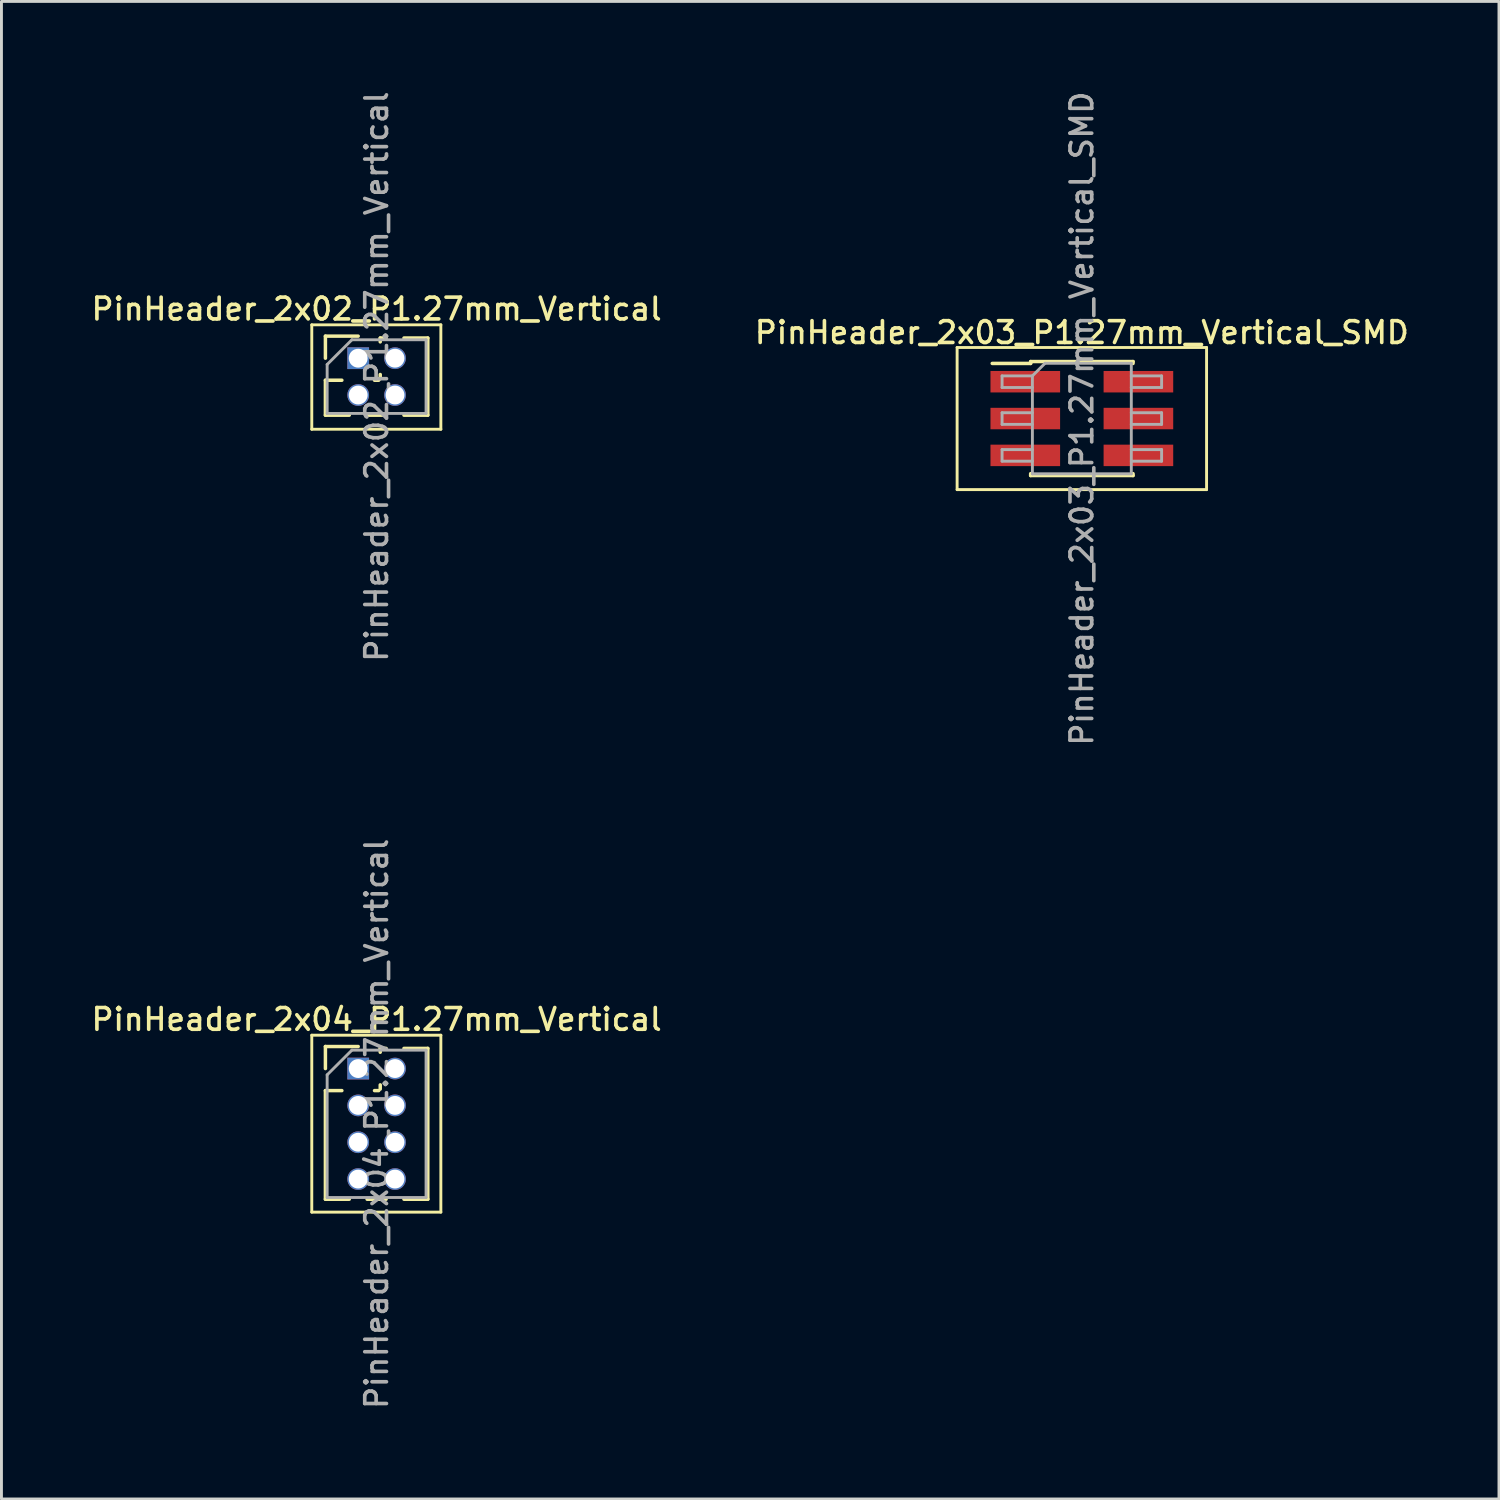
<source format=kicad_pcb>
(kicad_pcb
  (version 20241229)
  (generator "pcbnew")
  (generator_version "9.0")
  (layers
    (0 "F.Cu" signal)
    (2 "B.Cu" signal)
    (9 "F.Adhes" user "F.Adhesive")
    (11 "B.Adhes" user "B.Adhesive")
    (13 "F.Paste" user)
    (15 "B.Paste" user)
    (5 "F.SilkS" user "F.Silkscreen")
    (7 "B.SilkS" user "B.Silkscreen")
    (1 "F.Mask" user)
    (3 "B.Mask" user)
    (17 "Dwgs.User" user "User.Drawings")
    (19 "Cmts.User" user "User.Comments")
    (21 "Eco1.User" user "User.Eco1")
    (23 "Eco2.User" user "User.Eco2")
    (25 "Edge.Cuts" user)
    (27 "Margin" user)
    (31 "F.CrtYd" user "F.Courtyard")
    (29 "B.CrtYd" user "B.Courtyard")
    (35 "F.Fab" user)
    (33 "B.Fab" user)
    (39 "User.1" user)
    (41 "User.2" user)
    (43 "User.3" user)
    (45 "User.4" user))
  (footprint "PinHeader_2x04_P1.27mm_Vertical"
    (layer "F.Cu")
    (at 9.299 33.79)
    (property "Reference" "PinHeader_2x04_P1.27mm_Vertical" (at 0.635 -1.695 0) (layer "F.SilkS") (effects (font (size 0.75 0.75) (thickness 0.125))))
    (attr through_hole)
    (fp_line (start -1.6 -1.15) (end -1.6 4.95) (stroke (width 0.1) (type solid)) (layer "F.SilkS"))
    (fp_line (start -1.6 4.95) (end 2.85 4.95) (stroke (width 0.1) (type solid)) (layer "F.SilkS"))
    (fp_line (start -1.13 -0.76) (end 0 -0.76) (stroke (width 0.12) (type solid)) (layer "F.SilkS"))
    (fp_line (start -1.13 0) (end -1.13 -0.76) (stroke (width 0.12) (type solid)) (layer "F.SilkS"))
    (fp_line (start -1.13 0.76) (end -1.13 4.505) (stroke (width 0.12) (type solid)) (layer "F.SilkS"))
    (fp_line (start -1.13 0.76) (end -0.563 0.76) (stroke (width 0.12) (type solid)) (layer "F.SilkS"))
    (fp_line (start -1.13 4.505) (end -0.308 4.505) (stroke (width 0.12) (type solid)) (layer "F.SilkS"))
    (fp_line (start 0.308 4.505) (end 0.962 4.505) (stroke (width 0.12) (type solid)) (layer "F.SilkS"))
    (fp_line (start 0.563 0.76) (end 0.707 0.76) (stroke (width 0.12) (type solid)) (layer "F.SilkS"))
    (fp_line (start 0.76 -0.695) (end 0.962 -0.695) (stroke (width 0.12) (type solid)) (layer "F.SilkS"))
    (fp_line (start 0.76 -0.563) (end 0.76 -0.695) (stroke (width 0.12) (type solid)) (layer "F.SilkS"))
    (fp_line (start 0.76 0.707) (end 0.76 0.563) (stroke (width 0.12) (type solid)) (layer "F.SilkS"))
    (fp_line (start 1.578 -0.695) (end 2.4 -0.695) (stroke (width 0.12) (type solid)) (layer "F.SilkS"))
    (fp_line (start 1.578 4.505) (end 2.4 4.505) (stroke (width 0.12) (type solid)) (layer "F.SilkS"))
    (fp_line (start 2.4 -0.695) (end 2.4 4.505) (stroke (width 0.12) (type solid)) (layer "F.SilkS"))
    (fp_line (start 2.85 -1.15) (end -1.6 -1.15) (stroke (width 0.1) (type solid)) (layer "F.SilkS"))
    (fp_line (start 2.85 4.95) (end 2.85 -1.15) (stroke (width 0.1) (type solid)) (layer "F.SilkS"))
    (fp_line (start -1.07 0.217) (end -0.217 -0.635) (stroke (width 0.1) (type solid)) (layer "F.Fab"))
    (fp_line (start -1.07 4.445) (end -1.07 0.217) (stroke (width 0.1) (type solid)) (layer "F.Fab"))
    (fp_line (start -0.217 -0.635) (end 2.34 -0.635) (stroke (width 0.1) (type solid)) (layer "F.Fab"))
    (fp_line (start 2.34 -0.635) (end 2.34 4.445) (stroke (width 0.1) (type solid)) (layer "F.Fab"))
    (fp_line (start 2.34 4.445) (end -1.07 4.445) (stroke (width 0.1) (type solid)) (layer "F.Fab"))
    (fp_text user "${REFERENCE}" (at 0.635 1.905 90) (layer "F.Fab") (effects (font (size 0.75 0.75) (thickness 0.125))))
    (pad "1" thru_hole rect (at 0 0) (size 0.75 0.75) (drill 0.65) (layers "*.Cu" "*.Mask"))
    (pad "2" thru_hole oval (at 1.27 0) (size 0.75 0.75) (drill 0.65) (layers "*.Cu" "*.Mask"))
    (pad "3" thru_hole oval (at 0 1.27) (size 0.75 0.75) (drill 0.65) (layers "*.Cu" "*.Mask"))
    (pad "4" thru_hole oval (at 1.27 1.27) (size 0.75 0.75) (drill 0.65) (layers "*.Cu" "*.Mask"))
    (pad "5" thru_hole oval (at 0 2.54) (size 0.75 0.75) (drill 0.65) (layers "*.Cu" "*.Mask"))
    (pad "6" thru_hole oval (at 1.27 2.54) (size 0.75 0.75) (drill 0.65) (layers "*.Cu" "*.Mask"))
    (pad "7" thru_hole oval (at 0 3.81) (size 0.75 0.75) (drill 0.65) (layers "*.Cu" "*.Mask"))
    (pad "8" thru_hole oval (at 1.27 3.81) (size 0.75 0.75) (drill 0.65) (layers "*.Cu" "*.Mask")))
  (footprint "PinHeader_2x02_P1.27mm_Vertical"
    (layer "F.Cu")
    (at 9.299 9.299)
    (property "Reference" "PinHeader_2x02_P1.27mm_Vertical" (at 0.635 -1.695 0) (layer "F.SilkS") (effects (font (size 0.75 0.75) (thickness 0.125))))
    (attr through_hole)
    (fp_line (start -1.6 -1.15) (end -1.6 2.45) (stroke (width 0.1) (type solid)) (layer "F.SilkS"))
    (fp_line (start -1.6 2.45) (end 2.85 2.45) (stroke (width 0.1) (type solid)) (layer "F.SilkS"))
    (fp_line (start -1.13 -0.76) (end 0 -0.76) (stroke (width 0.12) (type solid)) (layer "F.SilkS"))
    (fp_line (start -1.13 0) (end -1.13 -0.76) (stroke (width 0.12) (type solid)) (layer "F.SilkS"))
    (fp_line (start -1.13 0.76) (end -1.13 1.965) (stroke (width 0.12) (type solid)) (layer "F.SilkS"))
    (fp_line (start -1.13 0.76) (end -0.563 0.76) (stroke (width 0.12) (type solid)) (layer "F.SilkS"))
    (fp_line (start -1.13 1.965) (end -0.308 1.965) (stroke (width 0.12) (type solid)) (layer "F.SilkS"))
    (fp_line (start 0.308 1.965) (end 0.962 1.965) (stroke (width 0.12) (type solid)) (layer "F.SilkS"))
    (fp_line (start 0.563 0.76) (end 0.707 0.76) (stroke (width 0.12) (type solid)) (layer "F.SilkS"))
    (fp_line (start 0.76 -0.695) (end 0.962 -0.695) (stroke (width 0.12) (type solid)) (layer "F.SilkS"))
    (fp_line (start 0.76 -0.563) (end 0.76 -0.695) (stroke (width 0.12) (type solid)) (layer "F.SilkS"))
    (fp_line (start 0.76 0.707) (end 0.76 0.563) (stroke (width 0.12) (type solid)) (layer "F.SilkS"))
    (fp_line (start 1.578 -0.695) (end 2.4 -0.695) (stroke (width 0.12) (type solid)) (layer "F.SilkS"))
    (fp_line (start 1.578 1.965) (end 2.4 1.965) (stroke (width 0.12) (type solid)) (layer "F.SilkS"))
    (fp_line (start 2.4 -0.695) (end 2.4 1.965) (stroke (width 0.12) (type solid)) (layer "F.SilkS"))
    (fp_line (start 2.85 -1.15) (end -1.6 -1.15) (stroke (width 0.1) (type solid)) (layer "F.SilkS"))
    (fp_line (start 2.85 2.45) (end 2.85 -1.15) (stroke (width 0.1) (type solid)) (layer "F.SilkS"))
    (fp_line (start -1.07 0.217) (end -0.217 -0.635) (stroke (width 0.1) (type solid)) (layer "F.Fab"))
    (fp_line (start -1.07 1.905) (end -1.07 0.217) (stroke (width 0.1) (type solid)) (layer "F.Fab"))
    (fp_line (start -0.217 -0.635) (end 2.34 -0.635) (stroke (width 0.1) (type solid)) (layer "F.Fab"))
    (fp_line (start 2.34 -0.635) (end 2.34 1.905) (stroke (width 0.1) (type solid)) (layer "F.Fab"))
    (fp_line (start 2.34 1.905) (end -1.07 1.905) (stroke (width 0.1) (type solid)) (layer "F.Fab"))
    (fp_text user "${REFERENCE}" (at 0.635 0.635 90) (layer "F.Fab") (effects (font (size 0.75 0.75) (thickness 0.125))))
    (pad "1" thru_hole rect (at 0 0) (size 0.75 0.75) (drill 0.65) (layers "*.Cu" "*.Mask"))
    (pad "2" thru_hole oval (at 1.27 0) (size 0.75 0.75) (drill 0.65) (layers "*.Cu" "*.Mask"))
    (pad "3" thru_hole oval (at 0 1.27) (size 0.75 0.75) (drill 0.65) (layers "*.Cu" "*.Mask"))
    (pad "4" thru_hole oval (at 1.27 1.27) (size 0.75 0.75) (drill 0.65) (layers "*.Cu" "*.Mask")))
  (footprint "PinHeader_2x03_P1.27mm_Vertical_SMD"
    (layer "F.Cu")
    (at 34.248 11.38)
    (property "Reference" "PinHeader_2x03_P1.27mm_Vertical_SMD" (at 0 -2.965 0) (layer "F.SilkS") (effects (font (size 0.75 0.75) (thickness 0.125))))
    (attr smd)
    (fp_line (start -4.3 -2.45) (end -4.3 2.45) (stroke (width 0.1) (type solid)) (layer "F.SilkS"))
    (fp_line (start -4.3 2.45) (end 4.3 2.45) (stroke (width 0.1) (type solid)) (layer "F.SilkS"))
    (fp_line (start -3.09 -1.9) (end -1.765 -1.9) (stroke (width 0.12) (type solid)) (layer "F.SilkS"))
    (fp_line (start -1.765 -1.965) (end -1.765 -1.9) (stroke (width 0.12) (type solid)) (layer "F.SilkS"))
    (fp_line (start -1.765 -1.965) (end 1.765 -1.965) (stroke (width 0.12) (type solid)) (layer "F.SilkS"))
    (fp_line (start -1.765 1.9) (end -1.765 1.965) (stroke (width 0.12) (type solid)) (layer "F.SilkS"))
    (fp_line (start -1.765 1.965) (end 1.765 1.965) (stroke (width 0.12) (type solid)) (layer "F.SilkS"))
    (fp_line (start 1.765 -1.965) (end 1.765 -1.9) (stroke (width 0.12) (type solid)) (layer "F.SilkS"))
    (fp_line (start 1.765 1.9) (end 1.765 1.965) (stroke (width 0.12) (type solid)) (layer "F.SilkS"))
    (fp_line (start 4.3 -2.45) (end -4.3 -2.45) (stroke (width 0.1) (type solid)) (layer "F.SilkS"))
    (fp_line (start 4.3 2.45) (end 4.3 -2.45) (stroke (width 0.1) (type solid)) (layer "F.SilkS"))
    (fp_line (start -2.75 -1.47) (end -2.75 -1.07) (stroke (width 0.1) (type solid)) (layer "F.Fab"))
    (fp_line (start -2.75 -1.07) (end -1.705 -1.07) (stroke (width 0.1) (type solid)) (layer "F.Fab"))
    (fp_line (start -2.75 -0.2) (end -2.75 0.2) (stroke (width 0.1) (type solid)) (layer "F.Fab"))
    (fp_line (start -2.75 0.2) (end -1.705 0.2) (stroke (width 0.1) (type solid)) (layer "F.Fab"))
    (fp_line (start -2.75 1.07) (end -2.75 1.47) (stroke (width 0.1) (type solid)) (layer "F.Fab"))
    (fp_line (start -2.75 1.47) (end -1.705 1.47) (stroke (width 0.1) (type solid)) (layer "F.Fab"))
    (fp_line (start -1.705 -1.47) (end -2.75 -1.47) (stroke (width 0.1) (type solid)) (layer "F.Fab"))
    (fp_line (start -1.705 -1.47) (end -1.27 -1.905) (stroke (width 0.1) (type solid)) (layer "F.Fab"))
    (fp_line (start -1.705 -0.2) (end -2.75 -0.2) (stroke (width 0.1) (type solid)) (layer "F.Fab"))
    (fp_line (start -1.705 1.07) (end -2.75 1.07) (stroke (width 0.1) (type solid)) (layer "F.Fab"))
    (fp_line (start -1.705 1.905) (end -1.705 -1.47) (stroke (width 0.1) (type solid)) (layer "F.Fab"))
    (fp_line (start -1.27 -1.905) (end 1.705 -1.905) (stroke (width 0.1) (type solid)) (layer "F.Fab"))
    (fp_line (start 1.705 -1.905) (end 1.705 1.905) (stroke (width 0.1) (type solid)) (layer "F.Fab"))
    (fp_line (start 1.705 -1.47) (end 2.75 -1.47) (stroke (width 0.1) (type solid)) (layer "F.Fab"))
    (fp_line (start 1.705 -0.2) (end 2.75 -0.2) (stroke (width 0.1) (type solid)) (layer "F.Fab"))
    (fp_line (start 1.705 1.07) (end 2.75 1.07) (stroke (width 0.1) (type solid)) (layer "F.Fab"))
    (fp_line (start 1.705 1.905) (end -1.705 1.905) (stroke (width 0.1) (type solid)) (layer "F.Fab"))
    (fp_line (start 2.75 -1.47) (end 2.75 -1.07) (stroke (width 0.1) (type solid)) (layer "F.Fab"))
    (fp_line (start 2.75 -1.07) (end 1.705 -1.07) (stroke (width 0.1) (type solid)) (layer "F.Fab"))
    (fp_line (start 2.75 -0.2) (end 2.75 0.2) (stroke (width 0.1) (type solid)) (layer "F.Fab"))
    (fp_line (start 2.75 0.2) (end 1.705 0.2) (stroke (width 0.1) (type solid)) (layer "F.Fab"))
    (fp_line (start 2.75 1.07) (end 2.75 1.47) (stroke (width 0.1) (type solid)) (layer "F.Fab"))
    (fp_line (start 2.75 1.47) (end 1.705 1.47) (stroke (width 0.1) (type solid)) (layer "F.Fab"))
    (fp_text user "${REFERENCE}" (at 0 0 90) (layer "F.Fab") (effects (font (size 0.75 0.75) (thickness 0.125))))
    (pad "1" smd rect (at -1.95 -1.27) (size 2.4 0.74) (layers "F.Cu" "F.Mask" "F.Paste"))
    (pad "2" smd rect (at 1.95 -1.27) (size 2.4 0.74) (layers "F.Cu" "F.Mask" "F.Paste"))
    (pad "3" smd rect (at -1.95 0) (size 2.4 0.74) (layers "F.Cu" "F.Mask" "F.Paste"))
    (pad "4" smd rect (at 1.95 0) (size 2.4 0.74) (layers "F.Cu" "F.Mask" "F.Paste"))
    (pad "5" smd rect (at -1.95 1.27) (size 2.4 0.74) (layers "F.Cu" "F.Mask" "F.Paste"))
    (pad "6" smd rect (at 1.95 1.27) (size 2.4 0.74) (layers "F.Cu" "F.Mask" "F.Paste")))
  (gr_rect
    (start -3 -3)
    (end 48.629 48.629)
    (stroke (width 0.1) (type default))
    (fill no)
    (layer "Edge.Cuts")))
</source>
